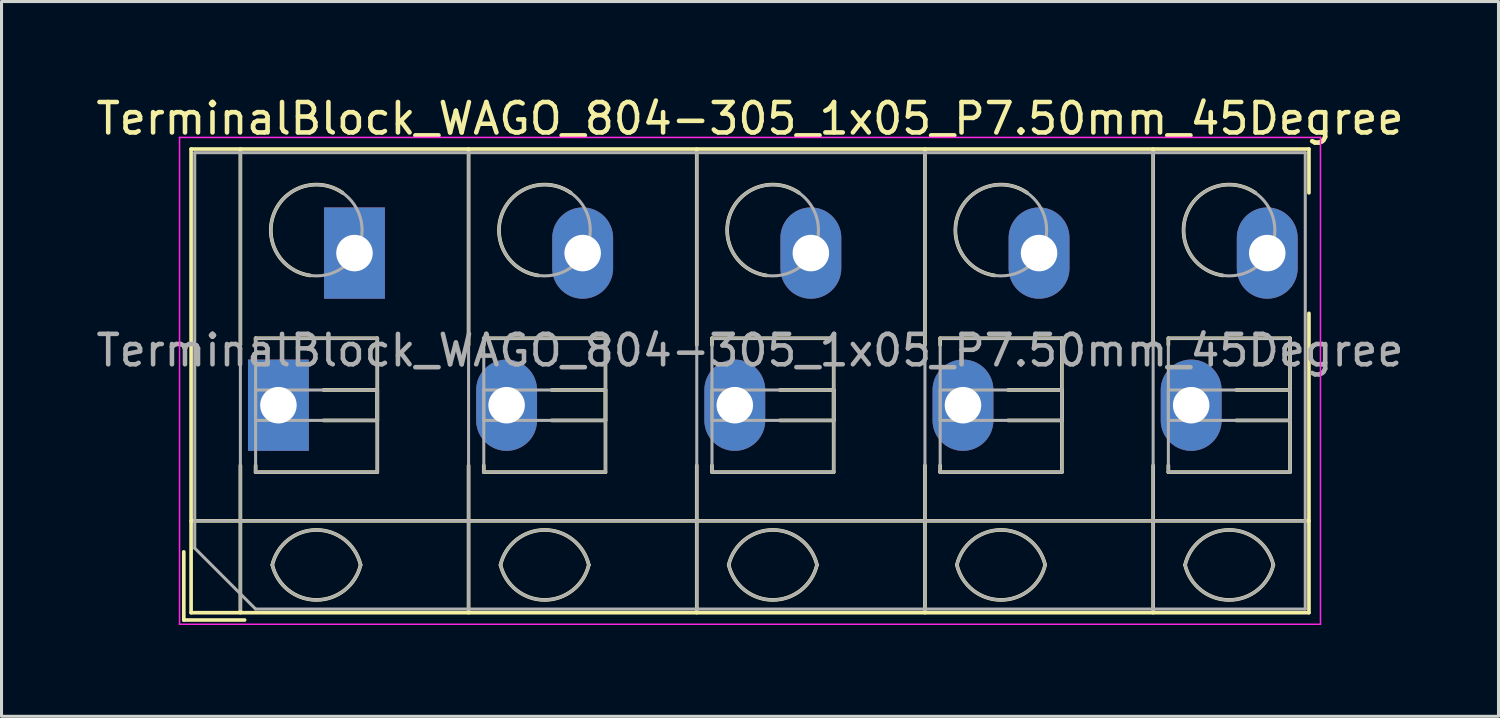
<source format=kicad_pcb>
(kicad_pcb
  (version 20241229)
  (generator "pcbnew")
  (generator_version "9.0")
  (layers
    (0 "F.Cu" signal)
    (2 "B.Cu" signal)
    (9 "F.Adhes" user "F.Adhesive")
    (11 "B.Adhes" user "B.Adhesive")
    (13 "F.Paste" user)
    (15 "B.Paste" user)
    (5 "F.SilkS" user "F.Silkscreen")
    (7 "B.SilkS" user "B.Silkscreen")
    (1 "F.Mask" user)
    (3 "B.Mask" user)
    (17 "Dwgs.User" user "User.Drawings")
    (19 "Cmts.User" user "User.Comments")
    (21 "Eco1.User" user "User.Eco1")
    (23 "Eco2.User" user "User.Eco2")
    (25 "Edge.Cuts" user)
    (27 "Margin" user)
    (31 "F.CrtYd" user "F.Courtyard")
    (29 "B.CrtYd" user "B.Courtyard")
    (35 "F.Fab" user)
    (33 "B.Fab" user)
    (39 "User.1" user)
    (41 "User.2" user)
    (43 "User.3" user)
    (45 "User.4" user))
  (footprint "TerminalBlock_WAGO_804-305_1x05_P7.50mm_45Degree"
    (layer "F.Cu")
    (at 6.101 10.268)
    (property "Reference" "TerminalBlock_WAGO_804-305_1x05_P7.50mm_45Degree" (at 15.5 -9.42 0) (layer "F.SilkS") (effects (font (size 1 1) (thickness 0.15))))
    (attr through_hole)
    (fp_line (start -3.11 4.82) (end -3.11 7.06) (stroke (width 0.12) (type solid)) (layer "F.SilkS"))
    (fp_line (start -3.11 7.06) (end -1.11 7.06) (stroke (width 0.12) (type solid)) (layer "F.SilkS"))
    (fp_line (start -2.87 -8.42) (end -2.87 6.82) (stroke (width 0.12) (type solid)) (layer "F.SilkS"))
    (fp_line (start -2.87 -8.42) (end 33.871 -8.42) (stroke (width 0.12) (type solid)) (layer "F.SilkS"))
    (fp_line (start -2.87 3.8) (end 33.871 3.8) (stroke (width 0.12) (type solid)) (layer "F.SilkS"))
    (fp_line (start -2.87 6.82) (end 33.871 6.82) (stroke (width 0.12) (type solid)) (layer "F.SilkS"))
    (fp_line (start -1.25 -8.42) (end -1.25 -1.98) (stroke (width 0.12) (type solid)) (layer "F.SilkS"))
    (fp_line (start -1.25 1.98) (end -1.25 6.82) (stroke (width 0.12) (type solid)) (layer "F.SilkS"))
    (fp_line (start -0.75 -2.2) (end -0.75 -1.98) (stroke (width 0.12) (type solid)) (layer "F.SilkS"))
    (fp_line (start -0.75 -2.2) (end 3.25 -2.2) (stroke (width 0.12) (type solid)) (layer "F.SilkS"))
    (fp_line (start -0.75 1.98) (end -0.75 2.2) (stroke (width 0.12) (type solid)) (layer "F.SilkS"))
    (fp_line (start -0.75 2.2) (end 3.25 2.2) (stroke (width 0.12) (type solid)) (layer "F.SilkS"))
    (fp_line (start 1.48 -0.5) (end 3.25 -0.5) (stroke (width 0.12) (type solid)) (layer "F.SilkS"))
    (fp_line (start 1.48 0.5) (end 3.25 0.5) (stroke (width 0.12) (type solid)) (layer "F.SilkS"))
    (fp_line (start 3.25 -2.2) (end 3.25 2.2) (stroke (width 0.12) (type solid)) (layer "F.SilkS"))
    (fp_line (start 3.25 -0.5) (end 3.25 0.5) (stroke (width 0.12) (type solid)) (layer "F.SilkS"))
    (fp_line (start 6.25 -8.42) (end 6.25 -1.98) (stroke (width 0.12) (type solid)) (layer "F.SilkS"))
    (fp_line (start 6.25 1.98) (end 6.25 6.82) (stroke (width 0.12) (type solid)) (layer "F.SilkS"))
    (fp_line (start 6.75 -2.2) (end 6.75 -1.98) (stroke (width 0.12) (type solid)) (layer "F.SilkS"))
    (fp_line (start 6.75 -2.2) (end 10.75 -2.2) (stroke (width 0.12) (type solid)) (layer "F.SilkS"))
    (fp_line (start 6.75 1.98) (end 6.75 2.2) (stroke (width 0.12) (type solid)) (layer "F.SilkS"))
    (fp_line (start 6.75 2.2) (end 10.75 2.2) (stroke (width 0.12) (type solid)) (layer "F.SilkS"))
    (fp_line (start 8.98 -0.5) (end 10.75 -0.5) (stroke (width 0.12) (type solid)) (layer "F.SilkS"))
    (fp_line (start 8.98 0.5) (end 10.75 0.5) (stroke (width 0.12) (type solid)) (layer "F.SilkS"))
    (fp_line (start 10.75 -2.2) (end 10.75 2.2) (stroke (width 0.12) (type solid)) (layer "F.SilkS"))
    (fp_line (start 10.75 -0.5) (end 10.75 0.5) (stroke (width 0.12) (type solid)) (layer "F.SilkS"))
    (fp_line (start 13.75 -8.42) (end 13.75 -1.98) (stroke (width 0.12) (type solid)) (layer "F.SilkS"))
    (fp_line (start 13.75 1.98) (end 13.75 6.82) (stroke (width 0.12) (type solid)) (layer "F.SilkS"))
    (fp_line (start 14.25 -2.2) (end 14.25 -1.98) (stroke (width 0.12) (type solid)) (layer "F.SilkS"))
    (fp_line (start 14.25 -2.2) (end 18.25 -2.2) (stroke (width 0.12) (type solid)) (layer "F.SilkS"))
    (fp_line (start 14.25 1.98) (end 14.25 2.2) (stroke (width 0.12) (type solid)) (layer "F.SilkS"))
    (fp_line (start 14.25 2.2) (end 18.25 2.2) (stroke (width 0.12) (type solid)) (layer "F.SilkS"))
    (fp_line (start 16.48 -0.5) (end 18.25 -0.5) (stroke (width 0.12) (type solid)) (layer "F.SilkS"))
    (fp_line (start 16.48 0.5) (end 18.25 0.5) (stroke (width 0.12) (type solid)) (layer "F.SilkS"))
    (fp_line (start 18.25 -2.2) (end 18.25 2.2) (stroke (width 0.12) (type solid)) (layer "F.SilkS"))
    (fp_line (start 18.25 -0.5) (end 18.25 0.5) (stroke (width 0.12) (type solid)) (layer "F.SilkS"))
    (fp_line (start 21.25 -8.42) (end 21.25 -1.98) (stroke (width 0.12) (type solid)) (layer "F.SilkS"))
    (fp_line (start 21.25 1.98) (end 21.25 6.82) (stroke (width 0.12) (type solid)) (layer "F.SilkS"))
    (fp_line (start 21.75 -2.2) (end 21.75 -1.98) (stroke (width 0.12) (type solid)) (layer "F.SilkS"))
    (fp_line (start 21.75 -2.2) (end 25.75 -2.2) (stroke (width 0.12) (type solid)) (layer "F.SilkS"))
    (fp_line (start 21.75 1.98) (end 21.75 2.2) (stroke (width 0.12) (type solid)) (layer "F.SilkS"))
    (fp_line (start 21.75 2.2) (end 25.75 2.2) (stroke (width 0.12) (type solid)) (layer "F.SilkS"))
    (fp_line (start 23.98 -0.5) (end 25.75 -0.5) (stroke (width 0.12) (type solid)) (layer "F.SilkS"))
    (fp_line (start 23.98 0.5) (end 25.75 0.5) (stroke (width 0.12) (type solid)) (layer "F.SilkS"))
    (fp_line (start 25.75 -2.2) (end 25.75 2.2) (stroke (width 0.12) (type solid)) (layer "F.SilkS"))
    (fp_line (start 25.75 -0.5) (end 25.75 0.5) (stroke (width 0.12) (type solid)) (layer "F.SilkS"))
    (fp_line (start 28.75 -8.42) (end 28.75 -1.98) (stroke (width 0.12) (type solid)) (layer "F.SilkS"))
    (fp_line (start 28.75 1.98) (end 28.75 6.82) (stroke (width 0.12) (type solid)) (layer "F.SilkS"))
    (fp_line (start 29.25 -2.2) (end 29.25 -1.98) (stroke (width 0.12) (type solid)) (layer "F.SilkS"))
    (fp_line (start 29.25 -2.2) (end 33.25 -2.2) (stroke (width 0.12) (type solid)) (layer "F.SilkS"))
    (fp_line (start 29.25 1.98) (end 29.25 2.2) (stroke (width 0.12) (type solid)) (layer "F.SilkS"))
    (fp_line (start 29.25 2.2) (end 33.25 2.2) (stroke (width 0.12) (type solid)) (layer "F.SilkS"))
    (fp_line (start 31.48 -0.5) (end 33.25 -0.5) (stroke (width 0.12) (type solid)) (layer "F.SilkS"))
    (fp_line (start 31.48 0.5) (end 33.25 0.5) (stroke (width 0.12) (type solid)) (layer "F.SilkS"))
    (fp_line (start 33.25 -2.2) (end 33.25 2.2) (stroke (width 0.12) (type solid)) (layer "F.SilkS"))
    (fp_line (start 33.25 -0.5) (end 33.25 0.5) (stroke (width 0.12) (type solid)) (layer "F.SilkS"))
    (fp_line (start 33.871 -8.42) (end 33.871 -6.98) (stroke (width 0.12) (type solid)) (layer "F.SilkS"))
    (fp_line (start 33.871 -3.02) (end 33.871 6.82) (stroke (width 0.12) (type solid)) (layer "F.SilkS"))
    (fp_arc (start -0.200865 5.250424) (mid 1.250296 4.099926) (end 2.701 5.251) (stroke (width 0.12) (type solid)) (layer "F.SilkS"))
    (fp_arc (start 1.040798 -4.264067) (mid -0.146039 -6.300306) (end 2.111 -6.979) (stroke (width 0.12) (type solid)) (layer "F.SilkS"))
    (fp_arc (start 2.7 5.25) (mid 1.250068 6.400101) (end -0.199969 5.250133) (stroke (width 0.12) (type solid)) (layer "F.SilkS"))
    (fp_arc (start 7.299135 5.250424) (mid 8.750296 4.099926) (end 10.201 5.251) (stroke (width 0.12) (type solid)) (layer "F.SilkS"))
    (fp_arc (start 8.540798 -4.264067) (mid 7.353961 -6.300306) (end 9.611 -6.979) (stroke (width 0.12) (type solid)) (layer "F.SilkS"))
    (fp_arc (start 10.2 5.25) (mid 8.750068 6.400101) (end 7.300031 5.250133) (stroke (width 0.12) (type solid)) (layer "F.SilkS"))
    (fp_arc (start 14.799135 5.250424) (mid 16.250296 4.099926) (end 17.701 5.251) (stroke (width 0.12) (type solid)) (layer "F.SilkS"))
    (fp_arc (start 16.040798 -4.264067) (mid 14.853961 -6.300306) (end 17.111 -6.979) (stroke (width 0.12) (type solid)) (layer "F.SilkS"))
    (fp_arc (start 17.7 5.25) (mid 16.250068 6.400101) (end 14.800031 5.250133) (stroke (width 0.12) (type solid)) (layer "F.SilkS"))
    (fp_arc (start 22.299135 5.250424) (mid 23.750296 4.099926) (end 25.201 5.251) (stroke (width 0.12) (type solid)) (layer "F.SilkS"))
    (fp_arc (start 23.540798 -4.264067) (mid 22.353961 -6.300306) (end 24.611 -6.979) (stroke (width 0.12) (type solid)) (layer "F.SilkS"))
    (fp_arc (start 25.2 5.25) (mid 23.750068 6.400101) (end 22.300031 5.250133) (stroke (width 0.12) (type solid)) (layer "F.SilkS"))
    (fp_arc (start 29.799135 5.250424) (mid 31.250296 4.099926) (end 32.701 5.251) (stroke (width 0.12) (type solid)) (layer "F.SilkS"))
    (fp_arc (start 31.040798 -4.264067) (mid 29.853961 -6.300306) (end 32.111 -6.979) (stroke (width 0.12) (type solid)) (layer "F.SilkS"))
    (fp_arc (start 32.701 5.25) (mid 31.250296 6.401074) (end 29.799135 5.250576) (stroke (width 0.12) (type solid)) (layer "F.SilkS"))
    (fp_line (start -3.25 -8.8) (end -3.25 7.2) (stroke (width 0.05) (type solid)) (layer "F.CrtYd"))
    (fp_line (start -3.25 7.2) (end 34.25 7.2) (stroke (width 0.05) (type solid)) (layer "F.CrtYd"))
    (fp_line (start 34.25 -8.8) (end -3.25 -8.8) (stroke (width 0.05) (type solid)) (layer "F.CrtYd"))
    (fp_line (start 34.25 7.2) (end 34.25 -8.8) (stroke (width 0.05) (type solid)) (layer "F.CrtYd"))
    (fp_line (start -2.75 -8.3) (end 33.75 -8.3) (stroke (width 0.1) (type solid)) (layer "F.Fab"))
    (fp_line (start -2.75 3.8) (end 33.75 3.8) (stroke (width 0.1) (type solid)) (layer "F.Fab"))
    (fp_line (start -2.75 4.7) (end -2.75 -8.3) (stroke (width 0.1) (type solid)) (layer "F.Fab"))
    (fp_line (start -1.25 -8.3) (end -1.25 6.7) (stroke (width 0.1) (type solid)) (layer "F.Fab"))
    (fp_line (start -0.75 -2.2) (end -0.75 2.2) (stroke (width 0.1) (type solid)) (layer "F.Fab"))
    (fp_line (start -0.75 -0.5) (end -0.75 0.5) (stroke (width 0.1) (type solid)) (layer "F.Fab"))
    (fp_line (start -0.75 0.5) (end 3.25 0.5) (stroke (width 0.1) (type solid)) (layer "F.Fab"))
    (fp_line (start -0.75 2.2) (end 3.25 2.2) (stroke (width 0.1) (type solid)) (layer "F.Fab"))
    (fp_line (start -0.75 6.7) (end -2.75 4.7) (stroke (width 0.1) (type solid)) (layer "F.Fab"))
    (fp_line (start 3.25 -2.2) (end -0.75 -2.2) (stroke (width 0.1) (type solid)) (layer "F.Fab"))
    (fp_line (start 3.25 -0.5) (end -0.75 -0.5) (stroke (width 0.1) (type solid)) (layer "F.Fab"))
    (fp_line (start 3.25 0.5) (end 3.25 -0.5) (stroke (width 0.1) (type solid)) (layer "F.Fab"))
    (fp_line (start 3.25 2.2) (end 3.25 -2.2) (stroke (width 0.1) (type solid)) (layer "F.Fab"))
    (fp_line (start 6.25 -8.3) (end 6.25 6.7) (stroke (width 0.1) (type solid)) (layer "F.Fab"))
    (fp_line (start 6.75 -2.2) (end 6.75 2.2) (stroke (width 0.1) (type solid)) (layer "F.Fab"))
    (fp_line (start 6.75 -0.5) (end 6.75 0.5) (stroke (width 0.1) (type solid)) (layer "F.Fab"))
    (fp_line (start 6.75 0.5) (end 10.75 0.5) (stroke (width 0.1) (type solid)) (layer "F.Fab"))
    (fp_line (start 6.75 2.2) (end 10.75 2.2) (stroke (width 0.1) (type solid)) (layer "F.Fab"))
    (fp_line (start 10.75 -2.2) (end 6.75 -2.2) (stroke (width 0.1) (type solid)) (layer "F.Fab"))
    (fp_line (start 10.75 -0.5) (end 6.75 -0.5) (stroke (width 0.1) (type solid)) (layer "F.Fab"))
    (fp_line (start 10.75 0.5) (end 10.75 -0.5) (stroke (width 0.1) (type solid)) (layer "F.Fab"))
    (fp_line (start 10.75 2.2) (end 10.75 -2.2) (stroke (width 0.1) (type solid)) (layer "F.Fab"))
    (fp_line (start 13.75 -8.3) (end 13.75 6.7) (stroke (width 0.1) (type solid)) (layer "F.Fab"))
    (fp_line (start 14.25 -2.2) (end 14.25 2.2) (stroke (width 0.1) (type solid)) (layer "F.Fab"))
    (fp_line (start 14.25 -0.5) (end 14.25 0.5) (stroke (width 0.1) (type solid)) (layer "F.Fab"))
    (fp_line (start 14.25 0.5) (end 18.25 0.5) (stroke (width 0.1) (type solid)) (layer "F.Fab"))
    (fp_line (start 14.25 2.2) (end 18.25 2.2) (stroke (width 0.1) (type solid)) (layer "F.Fab"))
    (fp_line (start 18.25 -2.2) (end 14.25 -2.2) (stroke (width 0.1) (type solid)) (layer "F.Fab"))
    (fp_line (start 18.25 -0.5) (end 14.25 -0.5) (stroke (width 0.1) (type solid)) (layer "F.Fab"))
    (fp_line (start 18.25 0.5) (end 18.25 -0.5) (stroke (width 0.1) (type solid)) (layer "F.Fab"))
    (fp_line (start 18.25 2.2) (end 18.25 -2.2) (stroke (width 0.1) (type solid)) (layer "F.Fab"))
    (fp_line (start 21.25 -8.3) (end 21.25 6.7) (stroke (width 0.1) (type solid)) (layer "F.Fab"))
    (fp_line (start 21.75 -2.2) (end 21.75 2.2) (stroke (width 0.1) (type solid)) (layer "F.Fab"))
    (fp_line (start 21.75 -0.5) (end 21.75 0.5) (stroke (width 0.1) (type solid)) (layer "F.Fab"))
    (fp_line (start 21.75 0.5) (end 25.75 0.5) (stroke (width 0.1) (type solid)) (layer "F.Fab"))
    (fp_line (start 21.75 2.2) (end 25.75 2.2) (stroke (width 0.1) (type solid)) (layer "F.Fab"))
    (fp_line (start 25.75 -2.2) (end 21.75 -2.2) (stroke (width 0.1) (type solid)) (layer "F.Fab"))
    (fp_line (start 25.75 -0.5) (end 21.75 -0.5) (stroke (width 0.1) (type solid)) (layer "F.Fab"))
    (fp_line (start 25.75 0.5) (end 25.75 -0.5) (stroke (width 0.1) (type solid)) (layer "F.Fab"))
    (fp_line (start 25.75 2.2) (end 25.75 -2.2) (stroke (width 0.1) (type solid)) (layer "F.Fab"))
    (fp_line (start 28.75 -8.3) (end 28.75 6.7) (stroke (width 0.1) (type solid)) (layer "F.Fab"))
    (fp_line (start 29.25 -2.2) (end 29.25 2.2) (stroke (width 0.1) (type solid)) (layer "F.Fab"))
    (fp_line (start 29.25 -0.5) (end 29.25 0.5) (stroke (width 0.1) (type solid)) (layer "F.Fab"))
    (fp_line (start 29.25 0.5) (end 33.25 0.5) (stroke (width 0.1) (type solid)) (layer "F.Fab"))
    (fp_line (start 29.25 2.2) (end 33.25 2.2) (stroke (width 0.1) (type solid)) (layer "F.Fab"))
    (fp_line (start 33.25 -2.2) (end 29.25 -2.2) (stroke (width 0.1) (type solid)) (layer "F.Fab"))
    (fp_line (start 33.25 -0.5) (end 29.25 -0.5) (stroke (width 0.1) (type solid)) (layer "F.Fab"))
    (fp_line (start 33.25 0.5) (end 33.25 -0.5) (stroke (width 0.1) (type solid)) (layer "F.Fab"))
    (fp_line (start 33.25 2.2) (end 33.25 -2.2) (stroke (width 0.1) (type solid)) (layer "F.Fab"))
    (fp_line (start 33.75 -8.3) (end 33.75 6.7) (stroke (width 0.1) (type solid)) (layer "F.Fab"))
    (fp_line (start 33.75 6.7) (end -0.75 6.7) (stroke (width 0.1) (type solid)) (layer "F.Fab"))
    (fp_arc (start -0.200865 5.250424) (mid 1.250296 4.099926) (end 2.701 5.251) (stroke (width 0.1) (type solid)) (layer "F.Fab"))
    (fp_arc (start 2.7 5.25) (mid 1.250068 6.400101) (end -0.199969 5.250133) (stroke (width 0.1) (type solid)) (layer "F.Fab"))
    (fp_arc (start 7.299135 5.250424) (mid 8.750296 4.099926) (end 10.201 5.251) (stroke (width 0.1) (type solid)) (layer "F.Fab"))
    (fp_arc (start 10.2 5.25) (mid 8.750068 6.400101) (end 7.300031 5.250133) (stroke (width 0.1) (type solid)) (layer "F.Fab"))
    (fp_arc (start 14.799135 5.250424) (mid 16.250296 4.099926) (end 17.701 5.251) (stroke (width 0.1) (type solid)) (layer "F.Fab"))
    (fp_arc (start 17.7 5.25) (mid 16.250068 6.400101) (end 14.800031 5.250133) (stroke (width 0.1) (type solid)) (layer "F.Fab"))
    (fp_arc (start 22.299135 5.250424) (mid 23.750296 4.099926) (end 25.201 5.251) (stroke (width 0.1) (type solid)) (layer "F.Fab"))
    (fp_arc (start 25.2 5.25) (mid 23.750068 6.400101) (end 22.300031 5.250133) (stroke (width 0.1) (type solid)) (layer "F.Fab"))
    (fp_arc (start 29.799135 5.250424) (mid 31.250296 4.099926) (end 32.701 5.251) (stroke (width 0.1) (type solid)) (layer "F.Fab"))
    (fp_arc (start 32.701 5.25) (mid 31.250296 6.401074) (end 29.799135 5.250576) (stroke (width 0.1) (type solid)) (layer "F.Fab"))
    (fp_circle (center 1.25 -5.75) (end 2.75 -5.75) (stroke (width 0.1) (type solid)) (fill no) (layer "F.Fab"))
    (fp_circle (center 8.75 -5.75) (end 10.25 -5.75) (stroke (width 0.1) (type solid)) (fill no) (layer "F.Fab"))
    (fp_circle (center 16.25 -5.75) (end 17.75 -5.75) (stroke (width 0.1) (type solid)) (fill no) (layer "F.Fab"))
    (fp_circle (center 23.75 -5.75) (end 25.25 -5.75) (stroke (width 0.1) (type solid)) (fill no) (layer "F.Fab"))
    (fp_circle (center 31.25 -5.75) (end 32.75 -5.75) (stroke (width 0.1) (type solid)) (fill no) (layer "F.Fab"))
    (fp_text user "${REFERENCE}" (at 15.5 -1.8 0) (layer "F.Fab") (effects (font (size 1 1) (thickness 0.15))))
    (pad "1" thru_hole rect (at 0 0) (size 2 3) (drill 1.2) (layers "*.Cu" "*.Mask"))
    (pad "1" thru_hole rect (at 2.5 -5) (size 2 3) (drill 1.2) (layers "*.Cu" "*.Mask"))
    (pad "2" thru_hole oval (at 7.5 0) (size 2 3) (drill 1.2) (layers "*.Cu" "*.Mask"))
    (pad "2" thru_hole oval (at 10 -5) (size 2 3) (drill 1.2) (layers "*.Cu" "*.Mask"))
    (pad "3" thru_hole oval (at 15 0) (size 2 3) (drill 1.2) (layers "*.Cu" "*.Mask"))
    (pad "3" thru_hole oval (at 17.5 -5) (size 2 3) (drill 1.2) (layers "*.Cu" "*.Mask"))
    (pad "4" thru_hole oval (at 22.5 0) (size 2 3) (drill 1.2) (layers "*.Cu" "*.Mask"))
    (pad "4" thru_hole oval (at 25 -5) (size 2 3) (drill 1.2) (layers "*.Cu" "*.Mask"))
    (pad "5" thru_hole oval (at 30 0) (size 2 3) (drill 1.2) (layers "*.Cu" "*.Mask"))
    (pad "5" thru_hole oval (at 32.5 -5) (size 2 3) (drill 1.2) (layers "*.Cu" "*.Mask")))
  (gr_rect
    (start -3 -3)
    (end 46.202 20.493)
    (stroke (width 0.1) (type default))
    (fill no)
    (layer "Edge.Cuts")))
</source>
